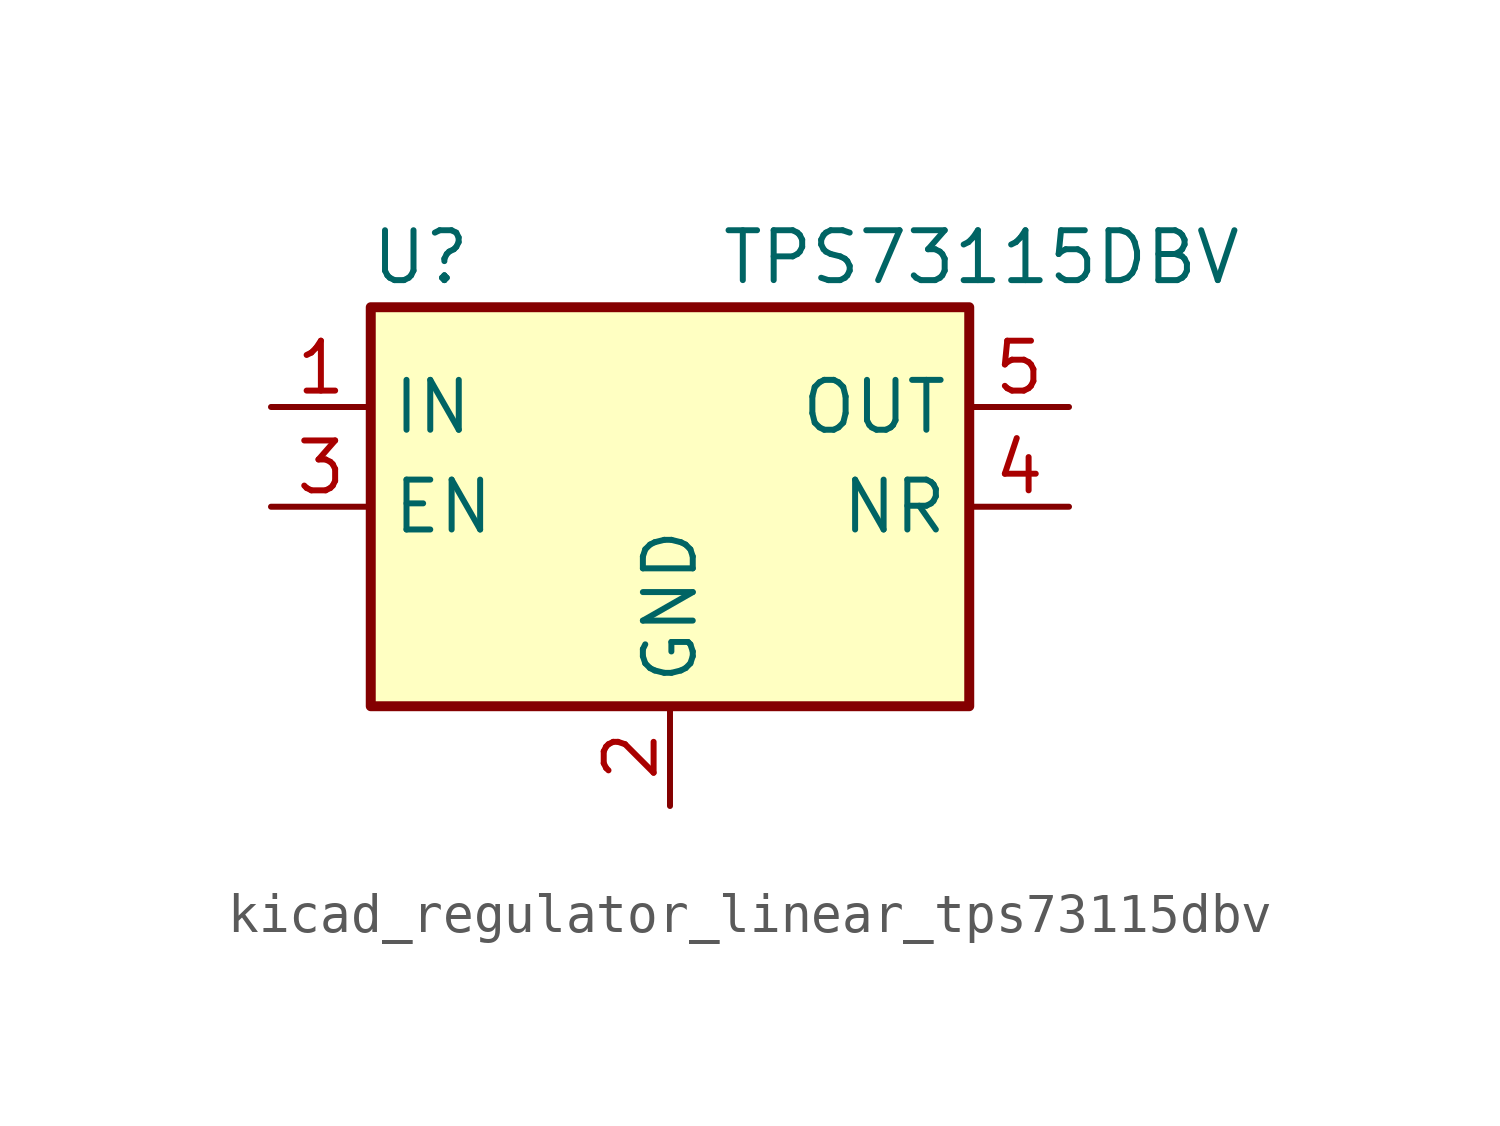
<source format=kicad_sym>
(kicad_symbol_lib
  (version 20220914)
  (generator kicad_symbol_editor)
  (symbol "kicad_regulator_linear_tps73115dbv"
    (property "Reference" "U"
      (at -6.35 6.35 0)
      (effects (font (size 1.27 1.27))))
    (property "Value" "TPS73115DBV"
      (at 1.27 6.35 0)
      (effects (font (size 1.27 1.27)) (justify left)))
    (symbol "kicad_regulator_linear_tps73115dbv_0_1"
      (rectangle (start -7.62 -5.08) (end 7.62 5.08) (stroke (width 0.254) (type default)) (fill (type background))))
    (symbol "kicad_regulator_linear_tps73115dbv_1_1"
      (pin power_in line (at -10.16 2.54 0) (length 2.54) (name "IN" (effects (font (size 1.27 1.27)))) (number "1" (effects (font (size 1.27 1.27)))))
      (pin power_in line (at 0 -7.62 90) (length 2.54) (name "GND" (effects (font (size 1.27 1.27)))) (number "2" (effects (font (size 1.27 1.27)))))
      (pin input line (at -10.16 0 0) (length 2.54) (name "EN" (effects (font (size 1.27 1.27)))) (number "3" (effects (font (size 1.27 1.27)))))
      (pin passive line (at 10.16 0 180) (length 2.54) (name "NR" (effects (font (size 1.27 1.27)))) (number "4" (effects (font (size 1.27 1.27)))))
      (pin power_out line (at 10.16 2.54 180) (length 2.54) (name "OUT" (effects (font (size 1.27 1.27)))) (number "5" (effects (font (size 1.27 1.27))))))))
</source>
